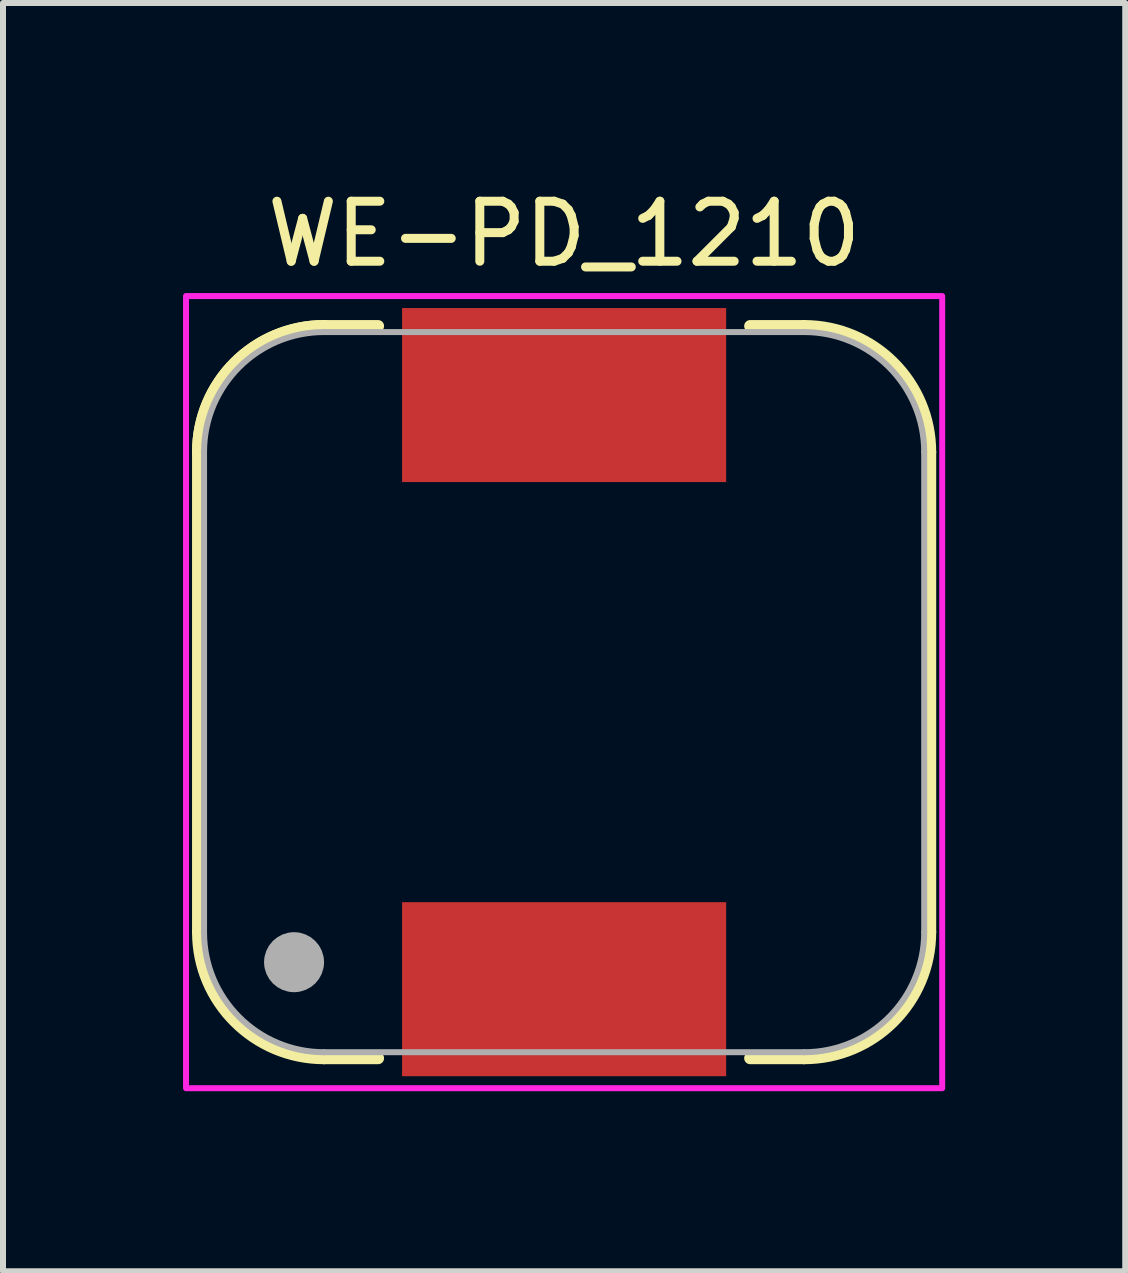
<source format=kicad_pcb>
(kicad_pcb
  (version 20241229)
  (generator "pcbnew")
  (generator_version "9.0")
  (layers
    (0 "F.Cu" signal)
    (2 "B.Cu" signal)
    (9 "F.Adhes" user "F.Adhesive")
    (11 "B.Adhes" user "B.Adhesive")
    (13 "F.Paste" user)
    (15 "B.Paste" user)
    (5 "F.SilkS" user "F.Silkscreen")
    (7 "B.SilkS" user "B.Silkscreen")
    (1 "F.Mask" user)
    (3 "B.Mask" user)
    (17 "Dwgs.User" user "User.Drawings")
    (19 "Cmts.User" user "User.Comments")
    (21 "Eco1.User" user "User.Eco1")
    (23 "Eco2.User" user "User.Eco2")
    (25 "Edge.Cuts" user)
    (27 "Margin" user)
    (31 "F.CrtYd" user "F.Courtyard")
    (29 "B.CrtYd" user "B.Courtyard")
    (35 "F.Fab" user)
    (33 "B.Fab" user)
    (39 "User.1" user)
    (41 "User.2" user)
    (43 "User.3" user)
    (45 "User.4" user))
  (footprint "WE-PD_1210"
    (layer "F.Cu")
    (at 6.35 8.483)
    (property "Reference" "WE-PD_1210" (at 0 -7.635 0) (layer "F.SilkS") (effects (font (size 1 1) (thickness 0.15))))
    (attr smd)
    (fp_line (start -6.1 4) (end -6.1 -4) (stroke (width 0.2) (type solid)) (layer "F.SilkS"))
    (fp_line (start -4 -6.1) (end -3.1 -6.1) (stroke (width 0.2) (type solid)) (layer "F.SilkS"))
    (fp_line (start -3.1 6.1) (end -4 6.1) (stroke (width 0.2) (type solid)) (layer "F.SilkS"))
    (fp_line (start 3.1 6.1) (end 4 6.1) (stroke (width 0.2) (type solid)) (layer "F.SilkS"))
    (fp_line (start 4 -6.1) (end 3.1 -6.1) (stroke (width 0.2) (type solid)) (layer "F.SilkS"))
    (fp_line (start 6.1 4) (end 6.1 -4) (stroke (width 0.2) (type solid)) (layer "F.SilkS"))
    (fp_arc (start -6.1 -4) (mid -5.484924 -5.484924) (end -4 -6.1) (stroke (width 0.2) (type solid)) (layer "F.SilkS"))
    (fp_arc (start -6.1 -4) (mid -5.484924 -5.484924) (end -4 -6.1) (stroke (width 0.2) (type solid)) (layer "F.SilkS"))
    (fp_arc (start -4 6.1) (mid -5.484924 5.484924) (end -6.1 4) (stroke (width 0.2) (type solid)) (layer "F.SilkS"))
    (fp_arc (start 4 -6.1) (mid 5.484924 -5.484924) (end 6.1 -4) (stroke (width 0.2) (type solid)) (layer "F.SilkS"))
    (fp_arc (start 6.1 4) (mid 5.484924 5.484924) (end 4 6.1) (stroke (width 0.2) (type solid)) (layer "F.SilkS"))
    (fp_poly (pts (xy -6.3 6.6) (xy -6.3 -6.6) (xy 6.3 -6.6) (xy 6.3 6.6)) (stroke (width 0.1) (type solid)) (fill no) (layer "F.CrtYd"))
    (fp_line (start -6 4) (end -6 -4) (stroke (width 0.1) (type solid)) (layer "F.Fab"))
    (fp_line (start -4 6) (end 4 6) (stroke (width 0.1) (type solid)) (layer "F.Fab"))
    (fp_line (start 4 -6) (end -4 -6) (stroke (width 0.1) (type solid)) (layer "F.Fab"))
    (fp_line (start 6 4) (end 6 -4) (stroke (width 0.1) (type solid)) (layer "F.Fab"))
    (fp_arc (start -6 -4) (mid -5.414214 -5.414214) (end -4 -6) (stroke (width 0.1) (type solid)) (layer "F.Fab"))
    (fp_arc (start -4 6) (mid -5.414214 5.414214) (end -6 4) (stroke (width 0.1) (type solid)) (layer "F.Fab"))
    (fp_arc (start 4 -6) (mid 5.414214 -5.414214) (end 6 -4) (stroke (width 0.1) (type solid)) (layer "F.Fab"))
    (fp_arc (start 6 4) (mid 5.414214 5.414214) (end 4 6) (stroke (width 0.1) (type solid)) (layer "F.Fab"))
    (fp_circle (center -4.5 4.5) (end -4.25 4.5) (stroke (width 0.5) (type solid)) (fill no) (layer "F.Fab"))
    (pad "1" smd rect (at 0 4.95) (size 5.4 2.9) (layers "F.Cu" "F.Mask" "F.Paste"))
    (pad "2" smd rect (at 0 -4.95) (size 5.4 2.9) (layers "F.Cu" "F.Mask" "F.Paste")))
  (gr_rect
    (start -3 -3)
    (end 15.7 18.133)
    (stroke (width 0.1) (type default))
    (fill no)
    (layer "Edge.Cuts")))
</source>
